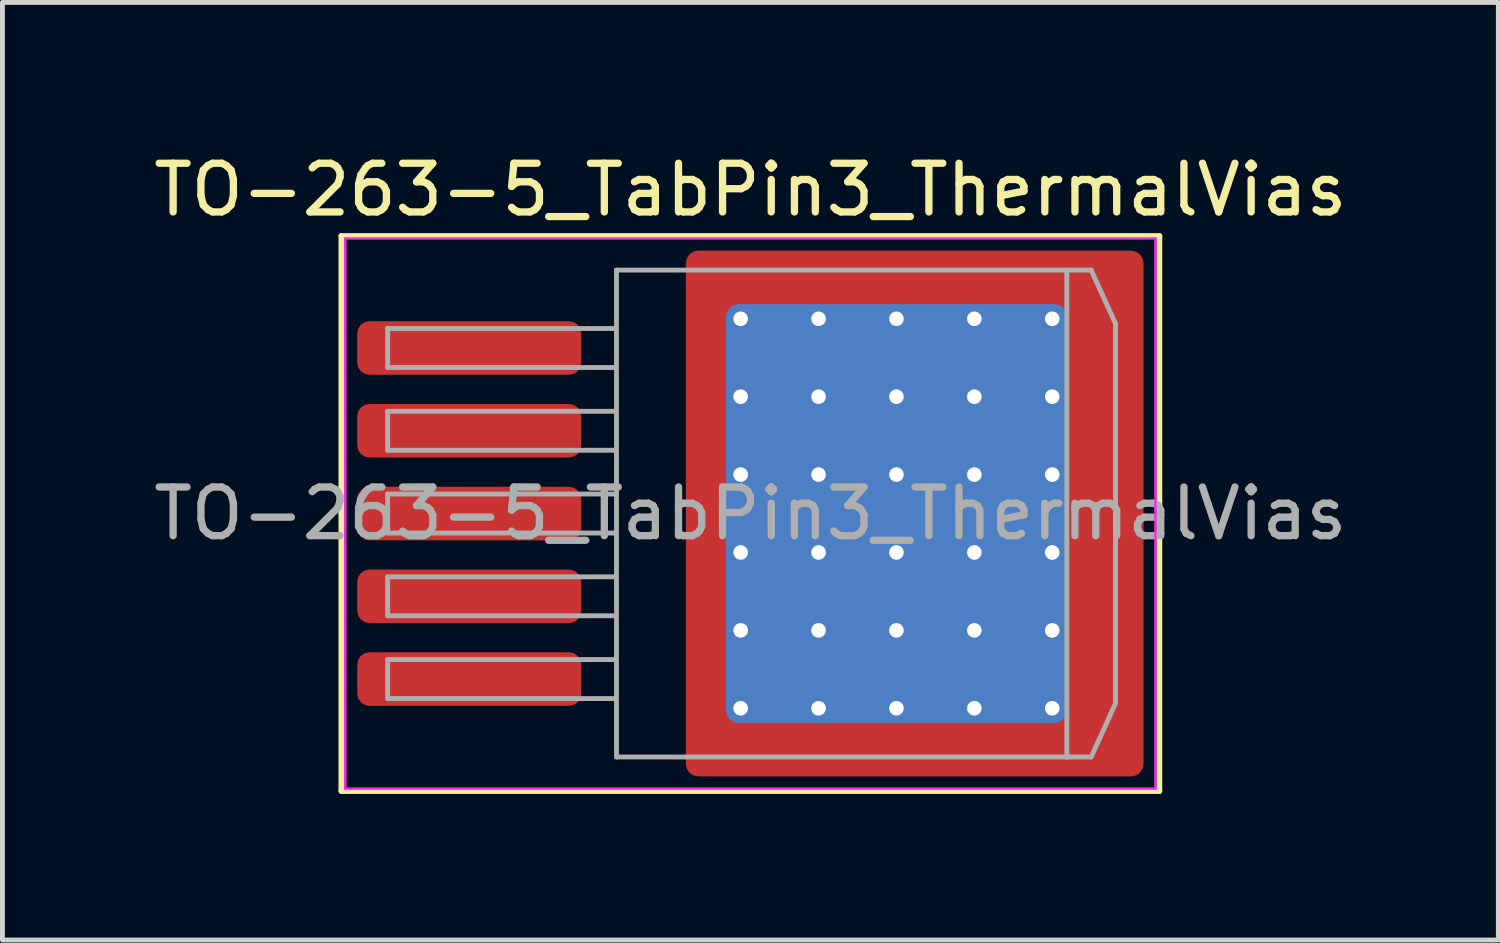
<source format=kicad_pcb>
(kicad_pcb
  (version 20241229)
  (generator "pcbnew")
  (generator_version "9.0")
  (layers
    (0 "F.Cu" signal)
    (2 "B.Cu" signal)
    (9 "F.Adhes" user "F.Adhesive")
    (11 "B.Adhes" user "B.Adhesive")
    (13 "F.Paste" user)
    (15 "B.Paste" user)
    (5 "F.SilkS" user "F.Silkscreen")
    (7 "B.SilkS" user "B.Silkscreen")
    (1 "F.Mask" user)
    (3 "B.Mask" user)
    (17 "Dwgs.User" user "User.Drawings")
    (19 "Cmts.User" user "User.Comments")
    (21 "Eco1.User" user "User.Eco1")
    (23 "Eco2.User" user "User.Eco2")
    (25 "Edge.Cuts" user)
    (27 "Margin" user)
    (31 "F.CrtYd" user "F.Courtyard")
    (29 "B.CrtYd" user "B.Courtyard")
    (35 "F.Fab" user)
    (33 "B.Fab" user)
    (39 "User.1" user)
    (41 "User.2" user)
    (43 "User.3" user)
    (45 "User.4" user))
  (footprint "TO-263-5_TabPin3_ThermalVias"
    (layer "F.Cu")
    (at 12.363 7.498)
    (property "Reference" "TO-263-5_TabPin3_ThermalVias" (at 0 -6.65 0) (layer "F.SilkS") (effects (font (size 1 1) (thickness 0.15))))
    (attr smd)
    (fp_line (start -8.4 -5.7) (end -8.4 5.7) (stroke (width 0.12) (type solid)) (layer "F.SilkS"))
    (fp_line (start -8.4 5.7) (end 8.4 5.7) (stroke (width 0.12) (type solid)) (layer "F.SilkS"))
    (fp_line (start 8.4 -5.7) (end -8.4 -5.7) (stroke (width 0.12) (type solid)) (layer "F.SilkS"))
    (fp_line (start 8.4 5.7) (end 8.4 -5.7) (stroke (width 0.12) (type solid)) (layer "F.SilkS"))
    (fp_line (start -8.32 -5.65) (end -8.32 5.65) (stroke (width 0.05) (type solid)) (layer "F.CrtYd"))
    (fp_line (start -8.32 5.65) (end 8.32 5.65) (stroke (width 0.05) (type solid)) (layer "F.CrtYd"))
    (fp_line (start 8.32 -5.65) (end -8.32 -5.65) (stroke (width 0.05) (type solid)) (layer "F.CrtYd"))
    (fp_line (start 8.32 5.65) (end 8.32 -5.65) (stroke (width 0.05) (type solid)) (layer "F.CrtYd"))
    (fp_line (start -7.45 -3.8) (end -7.45 -3) (stroke (width 0.1) (type solid)) (layer "F.Fab"))
    (fp_line (start -7.45 -3) (end -2.75 -3) (stroke (width 0.1) (type solid)) (layer "F.Fab"))
    (fp_line (start -7.45 -2.1) (end -7.45 -1.3) (stroke (width 0.1) (type solid)) (layer "F.Fab"))
    (fp_line (start -7.45 -1.3) (end -2.75 -1.3) (stroke (width 0.1) (type solid)) (layer "F.Fab"))
    (fp_line (start -7.45 -0.4) (end -7.45 0.4) (stroke (width 0.1) (type solid)) (layer "F.Fab"))
    (fp_line (start -7.45 0.4) (end -2.75 0.4) (stroke (width 0.1) (type solid)) (layer "F.Fab"))
    (fp_line (start -7.45 1.3) (end -7.45 2.1) (stroke (width 0.1) (type solid)) (layer "F.Fab"))
    (fp_line (start -7.45 2.1) (end -2.75 2.1) (stroke (width 0.1) (type solid)) (layer "F.Fab"))
    (fp_line (start -7.45 3) (end -7.45 3.8) (stroke (width 0.1) (type solid)) (layer "F.Fab"))
    (fp_line (start -7.45 3.8) (end -2.75 3.8) (stroke (width 0.1) (type solid)) (layer "F.Fab"))
    (fp_line (start -2.75 -5) (end 6.5 -5) (stroke (width 0.1) (type solid)) (layer "F.Fab"))
    (fp_line (start -2.75 -3.8) (end -7.45 -3.8) (stroke (width 0.1) (type solid)) (layer "F.Fab"))
    (fp_line (start -2.75 -2.1) (end -7.45 -2.1) (stroke (width 0.1) (type solid)) (layer "F.Fab"))
    (fp_line (start -2.75 -0.4) (end -7.45 -0.4) (stroke (width 0.1) (type solid)) (layer "F.Fab"))
    (fp_line (start -2.75 1.3) (end -7.45 1.3) (stroke (width 0.1) (type solid)) (layer "F.Fab"))
    (fp_line (start -2.75 3) (end -7.45 3) (stroke (width 0.1) (type solid)) (layer "F.Fab"))
    (fp_line (start -2.75 5) (end -2.75 -5) (stroke (width 0.1) (type solid)) (layer "F.Fab"))
    (fp_line (start 6.5 -5) (end 6.5 5) (stroke (width 0.1) (type solid)) (layer "F.Fab"))
    (fp_line (start 6.5 -5) (end 7 -5) (stroke (width 0.1) (type solid)) (layer "F.Fab"))
    (fp_line (start 6.5 5) (end -2.75 5) (stroke (width 0.1) (type solid)) (layer "F.Fab"))
    (fp_line (start 6.5 5) (end 7 5) (stroke (width 0.1) (type solid)) (layer "F.Fab"))
    (fp_line (start 7 -5) (end 7.5 -3.9) (stroke (width 0.1) (type solid)) (layer "F.Fab"))
    (fp_line (start 7 5) (end 7.5 3.9) (stroke (width 0.1) (type solid)) (layer "F.Fab"))
    (fp_line (start 7.5 -3.9) (end 7.5 3.9) (stroke (width 0.1) (type solid)) (layer "F.Fab"))
    (fp_text user "${REFERENCE}" (at 0 0 0) (layer "F.Fab") (effects (font (size 1 1) (thickness 0.15))))
    (pad "" smd roundrect (at -0.75 -4.65 90) (size 1.1 0.9) (layers "F.Paste") (roundrect_rratio 0.25))
    (pad "" smd roundrect (at -0.75 -3.2 90) (size 1.4 0.9) (layers "F.Paste") (roundrect_rratio 0.25))
    (pad "" smd roundrect (at -0.75 -1.6 90) (size 1.4 0.9) (layers "F.Paste") (roundrect_rratio 0.25))
    (pad "" smd roundrect (at -0.75 0 90) (size 1.4 0.9) (layers "F.Paste") (roundrect_rratio 0.25))
    (pad "" smd roundrect (at -0.75 1.6 90) (size 1.4 0.9) (layers "F.Paste") (roundrect_rratio 0.25))
    (pad "" smd roundrect (at -0.75 3.2 90) (size 1.4 0.9) (layers "F.Paste") (roundrect_rratio 0.25))
    (pad "" smd roundrect (at -0.75 4.65 90) (size 1.1 0.9) (layers "F.Paste") (roundrect_rratio 0.25))
    (pad "" smd roundrect (at 0.6 -4.65) (size 1.4 1.1) (layers "F.Paste") (roundrect_rratio 0.227))
    (pad "" smd roundrect (at 0.6 -3.2) (size 1.4 1.4) (layers "F.Paste") (roundrect_rratio 0.179))
    (pad "" smd roundrect (at 0.6 -1.6) (size 1.4 1.4) (layers "F.Paste") (roundrect_rratio 0.179))
    (pad "" smd roundrect (at 0.6 0) (size 1.4 1.4) (layers "F.Paste") (roundrect_rratio 0.179))
    (pad "" smd roundrect (at 0.6 1.6) (size 1.4 1.4) (layers "F.Paste") (roundrect_rratio 0.179))
    (pad "" smd roundrect (at 0.6 3.2) (size 1.4 1.4) (layers "F.Paste") (roundrect_rratio 0.179))
    (pad "" smd roundrect (at 0.6 4.65) (size 1.4 1.1) (layers "F.Paste") (roundrect_rratio 0.227))
    (pad "" smd roundrect (at 2.2 -4.65) (size 1.4 1.1) (layers "F.Paste") (roundrect_rratio 0.227))
    (pad "" smd roundrect (at 2.2 -3.2) (size 1.4 1.4) (layers "F.Paste") (roundrect_rratio 0.179))
    (pad "" smd roundrect (at 2.2 -1.6) (size 1.4 1.4) (layers "F.Paste") (roundrect_rratio 0.179))
    (pad "" smd roundrect (at 2.2 0) (size 1.4 1.4) (layers "F.Paste") (roundrect_rratio 0.179))
    (pad "" smd roundrect (at 2.2 1.6) (size 1.4 1.4) (layers "F.Paste") (roundrect_rratio 0.179))
    (pad "" smd roundrect (at 2.2 3.2) (size 1.4 1.4) (layers "F.Paste") (roundrect_rratio 0.179))
    (pad "" smd roundrect (at 2.2 4.65) (size 1.4 1.1) (layers "F.Paste") (roundrect_rratio 0.227))
    (pad "" smd roundrect (at 3.8 -4.65) (size 1.4 1.1) (layers "F.Paste") (roundrect_rratio 0.227))
    (pad "" smd roundrect (at 3.8 -3.2) (size 1.4 1.4) (layers "F.Paste") (roundrect_rratio 0.179))
    (pad "" smd roundrect (at 3.8 -1.6) (size 1.4 1.4) (layers "F.Paste") (roundrect_rratio 0.179))
    (pad "" smd roundrect (at 3.8 0) (size 1.4 1.4) (layers "F.Paste") (roundrect_rratio 0.179))
    (pad "" smd roundrect (at 3.8 1.6) (size 1.4 1.4) (layers "F.Paste") (roundrect_rratio 0.179))
    (pad "" smd roundrect (at 3.8 3.2) (size 1.4 1.4) (layers "F.Paste") (roundrect_rratio 0.179))
    (pad "" smd roundrect (at 3.8 4.65) (size 1.4 1.1) (layers "F.Paste") (roundrect_rratio 0.227))
    (pad "" smd roundrect (at 5.45 -4.65) (size 1.4 1.1) (layers "F.Paste") (roundrect_rratio 0.227))
    (pad "" smd roundrect (at 5.45 -3.2) (size 1.4 1.4) (layers "F.Paste") (roundrect_rratio 0.179))
    (pad "" smd roundrect (at 5.45 -1.6) (size 1.4 1.4) (layers "F.Paste") (roundrect_rratio 0.179))
    (pad "" smd roundrect (at 5.45 0) (size 1.4 1.4) (layers "F.Paste") (roundrect_rratio 0.179))
    (pad "" smd roundrect (at 5.45 1.6) (size 1.4 1.4) (layers "F.Paste") (roundrect_rratio 0.179))
    (pad "" smd roundrect (at 5.45 3.2) (size 1.4 1.4) (layers "F.Paste") (roundrect_rratio 0.179))
    (pad "" smd roundrect (at 5.45 4.65) (size 1.4 1.1) (layers "F.Paste") (roundrect_rratio 0.227))
    (pad "" smd roundrect (at 7.05 -4.65) (size 1.4 1.1) (layers "F.Paste") (roundrect_rratio 0.227))
    (pad "" smd roundrect (at 7.05 -3.2) (size 1.4 1.4) (layers "F.Paste") (roundrect_rratio 0.179))
    (pad "" smd roundrect (at 7.05 -1.6) (size 1.4 1.4) (layers "F.Paste") (roundrect_rratio 0.179))
    (pad "" smd roundrect (at 7.05 0) (size 1.4 1.4) (layers "F.Paste") (roundrect_rratio 0.179))
    (pad "" smd roundrect (at 7.05 1.6) (size 1.4 1.4) (layers "F.Paste") (roundrect_rratio 0.179))
    (pad "" smd roundrect (at 7.05 3.2) (size 1.4 1.4) (layers "F.Paste") (roundrect_rratio 0.179))
    (pad "" smd roundrect (at 7.05 4.65) (size 1.4 1.1) (layers "F.Paste") (roundrect_rratio 0.227))
    (pad "1" smd roundrect (at -5.775 -3.4) (size 4.6 1.1) (layers "F.Cu" "F.Mask" "F.Paste") (roundrect_rratio 0.227))
    (pad "2" smd roundrect (at -5.775 -1.7) (size 4.6 1.1) (layers "F.Cu" "F.Mask" "F.Paste") (roundrect_rratio 0.227))
    (pad "3" smd roundrect (at -5.775 0) (size 4.6 1.1) (layers "F.Cu" "F.Mask" "F.Paste") (roundrect_rratio 0.227))
    (pad "3" thru_hole circle (at -0.2 -4) (size 0.6 0.6) (drill 0.3) (property pad_prop_heatsink) (layers "*.Cu"))
    (pad "3" thru_hole circle (at -0.2 -2.4) (size 0.6 0.6) (drill 0.3) (property pad_prop_heatsink) (layers "*.Cu"))
    (pad "3" thru_hole circle (at -0.2 -0.8) (size 0.6 0.6) (drill 0.3) (property pad_prop_heatsink) (layers "*.Cu"))
    (pad "3" thru_hole circle (at -0.2 0.8) (size 0.6 0.6) (drill 0.3) (property pad_prop_heatsink) (layers "*.Cu"))
    (pad "3" thru_hole circle (at -0.2 2.4) (size 0.6 0.6) (drill 0.3) (property pad_prop_heatsink) (layers "*.Cu"))
    (pad "3" thru_hole circle (at -0.2 4) (size 0.6 0.6) (drill 0.3) (property pad_prop_heatsink) (layers "*.Cu"))
    (pad "3" thru_hole circle (at 1.4 -4) (size 0.6 0.6) (drill 0.3) (property pad_prop_heatsink) (layers "*.Cu"))
    (pad "3" thru_hole circle (at 1.4 -2.4) (size 0.6 0.6) (drill 0.3) (property pad_prop_heatsink) (layers "*.Cu"))
    (pad "3" thru_hole circle (at 1.4 -0.8) (size 0.6 0.6) (drill 0.3) (property pad_prop_heatsink) (layers "*.Cu"))
    (pad "3" thru_hole circle (at 1.4 0.8) (size 0.6 0.6) (drill 0.3) (property pad_prop_heatsink) (layers "*.Cu"))
    (pad "3" thru_hole circle (at 1.4 2.4) (size 0.6 0.6) (drill 0.3) (property pad_prop_heatsink) (layers "*.Cu"))
    (pad "3" thru_hole circle (at 1.4 4) (size 0.6 0.6) (drill 0.3) (property pad_prop_heatsink) (layers "*.Cu"))
    (pad "3" thru_hole circle (at 3 -4) (size 0.6 0.6) (drill 0.3) (property pad_prop_heatsink) (layers "*.Cu"))
    (pad "3" thru_hole circle (at 3 -2.4) (size 0.6 0.6) (drill 0.3) (property pad_prop_heatsink) (layers "*.Cu"))
    (pad "3" thru_hole circle (at 3 -0.8) (size 0.6 0.6) (drill 0.3) (property pad_prop_heatsink) (layers "*.Cu"))
    (pad "3" smd roundrect (at 3 0) (size 7 8.6) (layers "B.Cu" "B.Mask") (roundrect_rratio 0.036))
    (pad "3" thru_hole circle (at 3 0.8) (size 0.6 0.6) (drill 0.3) (property pad_prop_heatsink) (layers "*.Cu"))
    (pad "3" thru_hole circle (at 3 2.4) (size 0.6 0.6) (drill 0.3) (property pad_prop_heatsink) (layers "*.Cu"))
    (pad "3" thru_hole circle (at 3 4) (size 0.6 0.6) (drill 0.3) (property pad_prop_heatsink) (layers "*.Cu"))
    (pad "3" smd roundrect (at 3.375 0) (size 9.4 10.8) (layers "F.Cu" "F.Mask") (roundrect_rratio 0.027))
    (pad "3" thru_hole circle (at 4.6 -4) (size 0.6 0.6) (drill 0.3) (property pad_prop_heatsink) (layers "*.Cu"))
    (pad "3" thru_hole circle (at 4.6 -2.4) (size 0.6 0.6) (drill 0.3) (property pad_prop_heatsink) (layers "*.Cu"))
    (pad "3" thru_hole circle (at 4.6 -0.8) (size 0.6 0.6) (drill 0.3) (property pad_prop_heatsink) (layers "*.Cu"))
    (pad "3" thru_hole circle (at 4.6 0.8) (size 0.6 0.6) (drill 0.3) (property pad_prop_heatsink) (layers "*.Cu"))
    (pad "3" thru_hole circle (at 4.6 2.4) (size 0.6 0.6) (drill 0.3) (property pad_prop_heatsink) (layers "*.Cu"))
    (pad "3" thru_hole circle (at 4.6 4) (size 0.6 0.6) (drill 0.3) (property pad_prop_heatsink) (layers "*.Cu"))
    (pad "3" thru_hole circle (at 6.2 -4) (size 0.6 0.6) (drill 0.3) (property pad_prop_heatsink) (layers "*.Cu"))
    (pad "3" thru_hole circle (at 6.2 -2.4) (size 0.6 0.6) (drill 0.3) (property pad_prop_heatsink) (layers "*.Cu"))
    (pad "3" thru_hole circle (at 6.2 -0.8) (size 0.6 0.6) (drill 0.3) (property pad_prop_heatsink) (layers "*.Cu"))
    (pad "3" thru_hole circle (at 6.2 0.8) (size 0.6 0.6) (drill 0.3) (property pad_prop_heatsink) (layers "*.Cu"))
    (pad "3" thru_hole circle (at 6.2 2.4) (size 0.6 0.6) (drill 0.3) (property pad_prop_heatsink) (layers "*.Cu"))
    (pad "3" thru_hole circle (at 6.2 4) (size 0.6 0.6) (drill 0.3) (property pad_prop_heatsink) (layers "*.Cu"))
    (pad "4" smd roundrect (at -5.775 1.7) (size 4.6 1.1) (layers "F.Cu" "F.Mask" "F.Paste") (roundrect_rratio 0.227))
    (pad "5" smd roundrect (at -5.775 3.4) (size 4.6 1.1) (layers "F.Cu" "F.Mask" "F.Paste") (roundrect_rratio 0.227)))
  (gr_rect
    (start -3 -3)
    (end 27.726 16.258)
    (stroke (width 0.1) (type default))
    (fill no)
    (layer "Edge.Cuts")))
</source>
